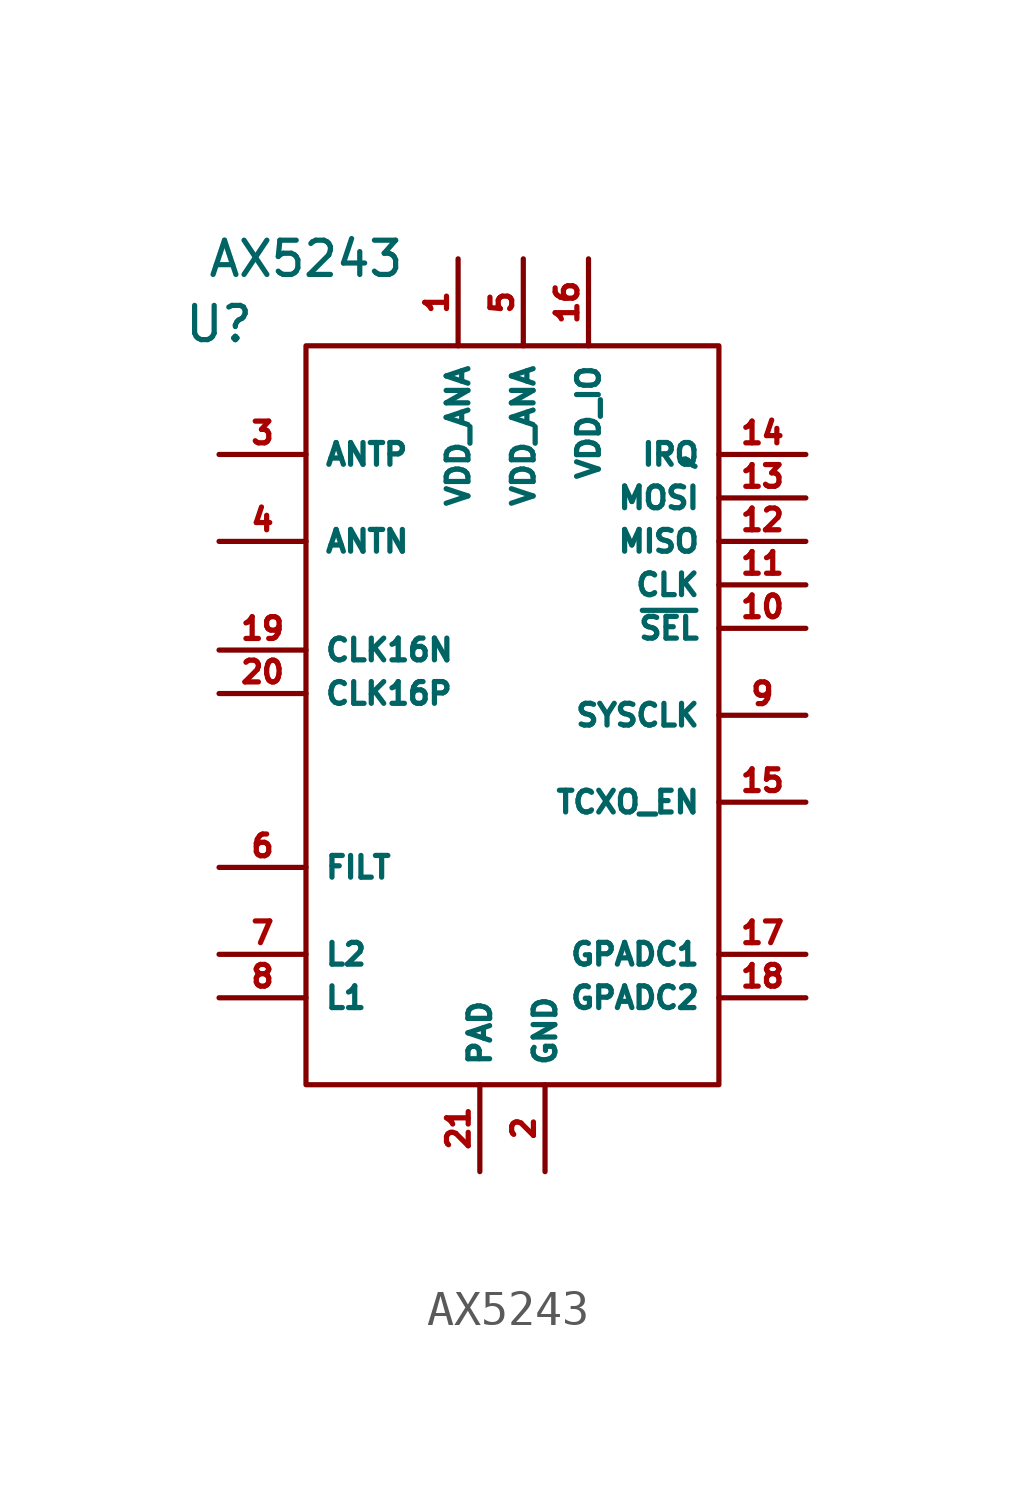
<source format=kicad_sym>
(kicad_symbol_lib
  (version 20211014)
  (generator kicad_symbol_editor)
  (symbol "AX5243"
    (property "Reference" "U"
      (at -2.54 4.445 0)
      (effects (font (size 1 1))))
    (property "Value" "AX5243"
      (at 0 6.35 0)
      (effects (font (size 1 1))))
    (symbol "AX5243_0_1"
      (rectangle (start 0 3.81) (end 12.065 -17.78) (stroke (width 0.152) (type default) (color 0 0 0 0)) (fill (type none))))
    (symbol "AX5243_1_1"
      (pin power_in line (at 4.445 6.35 270) (length 2.54) (name "VDD_ANA" (effects (font (size 0.635 0.635)))) (number "1" (effects (font (size 0.635 0.635)))))
      (pin input line (at 14.605 -4.445 180) (length 2.54) (name "~{SEL}" (effects (font (size 0.635 0.635)))) (number "10" (effects (font (size 0.635 0.635)))))
      (pin input line (at 14.605 -3.175 180) (length 2.54) (name "CLK" (effects (font (size 0.635 0.635)))) (number "11" (effects (font (size 0.635 0.635)))))
      (pin output line (at 14.605 -1.905 180) (length 2.54) (name "MISO" (effects (font (size 0.635 0.635)))) (number "12" (effects (font (size 0.635 0.635)))))
      (pin input line (at 14.605 -0.635 180) (length 2.54) (name "MOSI" (effects (font (size 0.635 0.635)))) (number "13" (effects (font (size 0.635 0.635)))))
      (pin bidirectional line (at 14.605 0.635 180) (length 2.54) (name "IRQ" (effects (font (size 0.635 0.635)))) (number "14" (effects (font (size 0.635 0.635)))))
      (pin bidirectional line (at 14.605 -9.525 180) (length 2.54) (name "TCXO_EN" (effects (font (size 0.635 0.635)))) (number "15" (effects (font (size 0.635 0.635)))))
      (pin power_in line (at 8.255 6.35 270) (length 2.54) (name "VDD_IO" (effects (font (size 0.635 0.635)))) (number "16" (effects (font (size 0.635 0.635)))))
      (pin passive line (at 14.605 -13.97 180) (length 2.54) (name "GPADC1" (effects (font (size 0.635 0.635)))) (number "17" (effects (font (size 0.635 0.635)))))
      (pin passive line (at 14.605 -15.24 180) (length 2.54) (name "GPADC2" (effects (font (size 0.635 0.635)))) (number "18" (effects (font (size 0.635 0.635)))))
      (pin passive line (at -2.54 -5.08 0) (length 2.54) (name "CLK16N" (effects (font (size 0.635 0.635)))) (number "19" (effects (font (size 0.635 0.635)))))
      (pin power_in line (at 6.985 -20.32 90) (length 2.54) (name "GND" (effects (font (size 0.635 0.635)))) (number "2" (effects (font (size 0.635 0.635)))))
      (pin passive line (at -2.54 -6.35 0) (length 2.54) (name "CLK16P" (effects (font (size 0.635 0.635)))) (number "20" (effects (font (size 0.635 0.635)))))
      (pin power_in line (at 5.08 -20.32 90) (length 2.54) (name "PAD" (effects (font (size 0.635 0.635)))) (number "21" (effects (font (size 0.635 0.635)))))
      (pin bidirectional line (at -2.54 0.635 0) (length 2.54) (name "ANTP" (effects (font (size 0.635 0.635)))) (number "3" (effects (font (size 0.635 0.635)))))
      (pin bidirectional line (at -2.54 -1.905 0) (length 2.54) (name "ANTN" (effects (font (size 0.635 0.635)))) (number "4" (effects (font (size 0.635 0.635)))))
      (pin power_in line (at 6.35 6.35 270) (length 2.54) (name "VDD_ANA" (effects (font (size 0.635 0.635)))) (number "5" (effects (font (size 0.635 0.635)))))
      (pin passive line (at -2.54 -11.43 0) (length 2.54) (name "FILT" (effects (font (size 0.635 0.635)))) (number "6" (effects (font (size 0.635 0.635)))))
      (pin passive line (at -2.54 -13.97 0) (length 2.54) (name "L2" (effects (font (size 0.635 0.635)))) (number "7" (effects (font (size 0.635 0.635)))))
      (pin passive line (at -2.54 -15.24 0) (length 2.54) (name "L1" (effects (font (size 0.635 0.635)))) (number "8" (effects (font (size 0.635 0.635)))))
      (pin bidirectional line (at 14.605 -6.985 180) (length 2.54) (name "SYSCLK" (effects (font (size 0.635 0.635)))) (number "9" (effects (font (size 0.635 0.635))))))))
</source>
